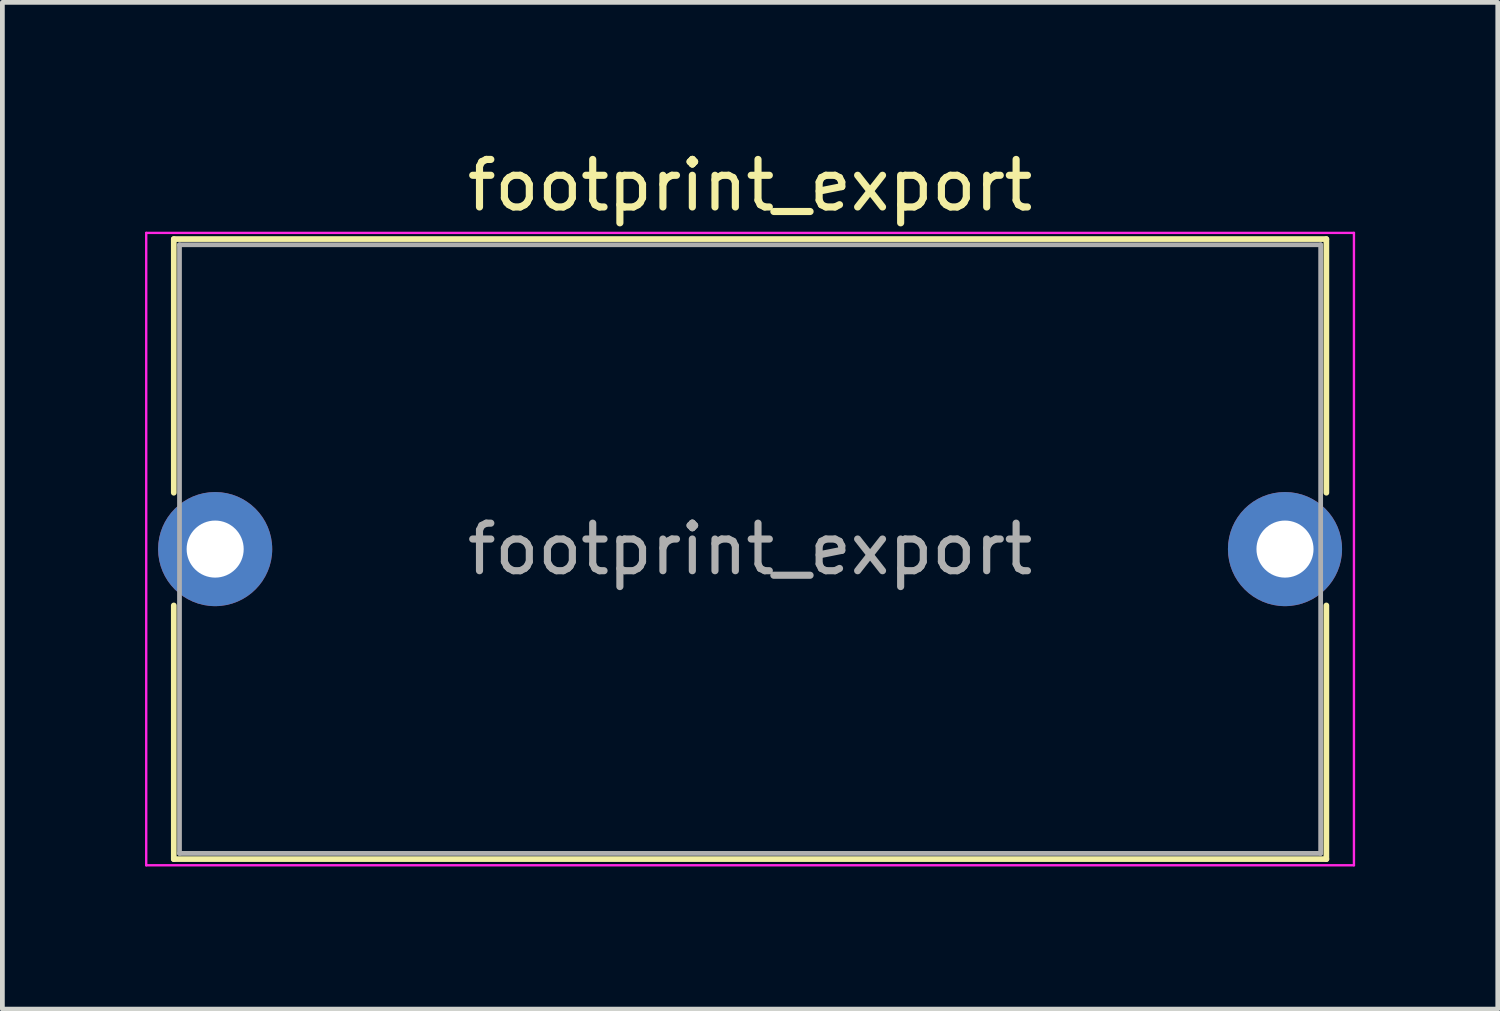
<source format=kicad_pcb>
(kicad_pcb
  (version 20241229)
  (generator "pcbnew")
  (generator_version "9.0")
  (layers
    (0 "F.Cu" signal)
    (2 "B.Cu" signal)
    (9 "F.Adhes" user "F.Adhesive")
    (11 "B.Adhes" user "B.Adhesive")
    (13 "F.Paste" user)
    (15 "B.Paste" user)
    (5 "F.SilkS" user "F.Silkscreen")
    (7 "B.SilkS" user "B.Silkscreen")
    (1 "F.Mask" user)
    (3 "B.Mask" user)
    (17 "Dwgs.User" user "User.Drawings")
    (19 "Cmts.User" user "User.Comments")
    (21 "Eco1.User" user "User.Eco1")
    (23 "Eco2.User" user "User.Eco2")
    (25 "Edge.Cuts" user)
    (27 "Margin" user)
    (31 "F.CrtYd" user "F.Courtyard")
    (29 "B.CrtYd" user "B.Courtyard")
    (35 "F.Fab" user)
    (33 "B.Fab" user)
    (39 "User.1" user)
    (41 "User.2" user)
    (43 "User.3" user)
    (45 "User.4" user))
  (footprint "footprint_export"
    (layer "F.Cu")
    (at 1.475 8.498)
    (property "Reference" "footprint_export" (at 11.25 -7.65 0) (layer "F.SilkS") (effects (font (size 1 1) (thickness 0.15))))
    (attr through_hole)
    (fp_line (start -0.87 -6.52) (end -0.87 -1.185) (stroke (width 0.12) (type solid)) (layer "F.SilkS"))
    (fp_line (start -0.87 -6.52) (end 23.37 -6.52) (stroke (width 0.12) (type solid)) (layer "F.SilkS"))
    (fp_line (start -0.87 1.185) (end -0.87 6.52) (stroke (width 0.12) (type solid)) (layer "F.SilkS"))
    (fp_line (start -0.87 6.52) (end 23.37 6.52) (stroke (width 0.12) (type solid)) (layer "F.SilkS"))
    (fp_line (start 23.37 -6.52) (end 23.37 -1.185) (stroke (width 0.12) (type solid)) (layer "F.SilkS"))
    (fp_line (start 23.37 1.185) (end 23.37 6.52) (stroke (width 0.12) (type solid)) (layer "F.SilkS"))
    (fp_line (start -1.45 -6.65) (end -1.45 6.65) (stroke (width 0.05) (type solid)) (layer "F.CrtYd"))
    (fp_line (start -1.45 6.65) (end 23.95 6.65) (stroke (width 0.05) (type solid)) (layer "F.CrtYd"))
    (fp_line (start 23.95 -6.65) (end -1.45 -6.65) (stroke (width 0.05) (type solid)) (layer "F.CrtYd"))
    (fp_line (start 23.95 6.65) (end 23.95 -6.65) (stroke (width 0.05) (type solid)) (layer "F.CrtYd"))
    (fp_line (start -0.75 -6.4) (end -0.75 6.4) (stroke (width 0.1) (type solid)) (layer "F.Fab"))
    (fp_line (start -0.75 6.4) (end 23.25 6.4) (stroke (width 0.1) (type solid)) (layer "F.Fab"))
    (fp_line (start 23.25 -6.4) (end -0.75 -6.4) (stroke (width 0.1) (type solid)) (layer "F.Fab"))
    (fp_line (start 23.25 6.4) (end 23.25 -6.4) (stroke (width 0.1) (type solid)) (layer "F.Fab"))
    (fp_text user "${REFERENCE}" (at 11.25 0 0) (layer "F.Fab") (effects (font (size 1 1) (thickness 0.15))))
    (pad "1" thru_hole circle (at 0 0) (size 2.4 2.4) (drill 1.2) (layers "*.Cu" "*.Mask"))
    (pad "2" thru_hole circle (at 22.5 0) (size 2.4 2.4) (drill 1.2) (layers "*.Cu" "*.Mask")))
  (gr_rect
    (start -3 -3)
    (end 28.45 18.173)
    (stroke (width 0.1) (type default))
    (fill no)
    (layer "Edge.Cuts")))
</source>
